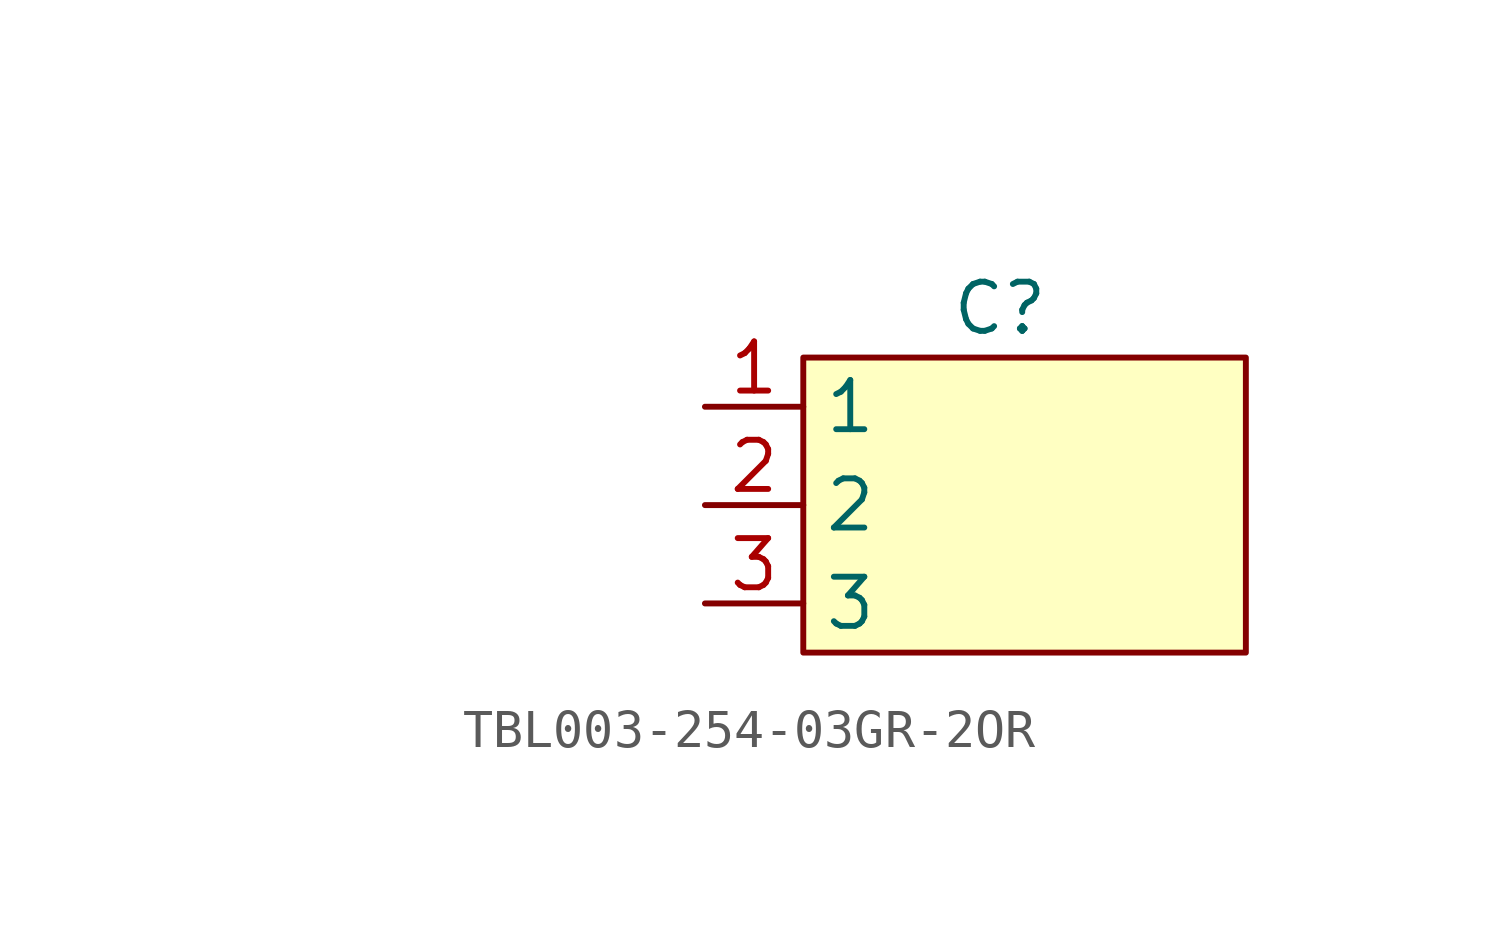
<source format=kicad_sym>
(kicad_symbol_lib
  (version 20220914)
  (generator kicad_symbol_editor)
  (symbol "TBL003-254-03GR-2OR"
    (property "Reference" "C"
      (at 19.05 -2.54 0)
      (effects (font (size 1.27 1.27))))
    (property "Value" ""
      (at 0 0 0)
      (effects (font (size 1.27 1.27))))
    (symbol "TBL003-254-03GR-2OR_1_1"
      (rectangle (start 13.97 -3.81) (end 25.4 -11.43) (stroke (width 0) (type default)) (fill (type background)))
      (pin bidirectional line (at 11.43 -5.08 0) (length 2.54) (name "1" (effects (font (size 1.27 1.27)))) (number "1" (effects (font (size 1.27 1.27)))))
      (pin bidirectional line (at 11.43 -7.62 0) (length 2.54) (name "2" (effects (font (size 1.27 1.27)))) (number "2" (effects (font (size 1.27 1.27)))))
      (pin bidirectional line (at 11.43 -10.16 0) (length 2.54) (name "3" (effects (font (size 1.27 1.27)))) (number "3" (effects (font (size 1.27 1.27))))))))
</source>
